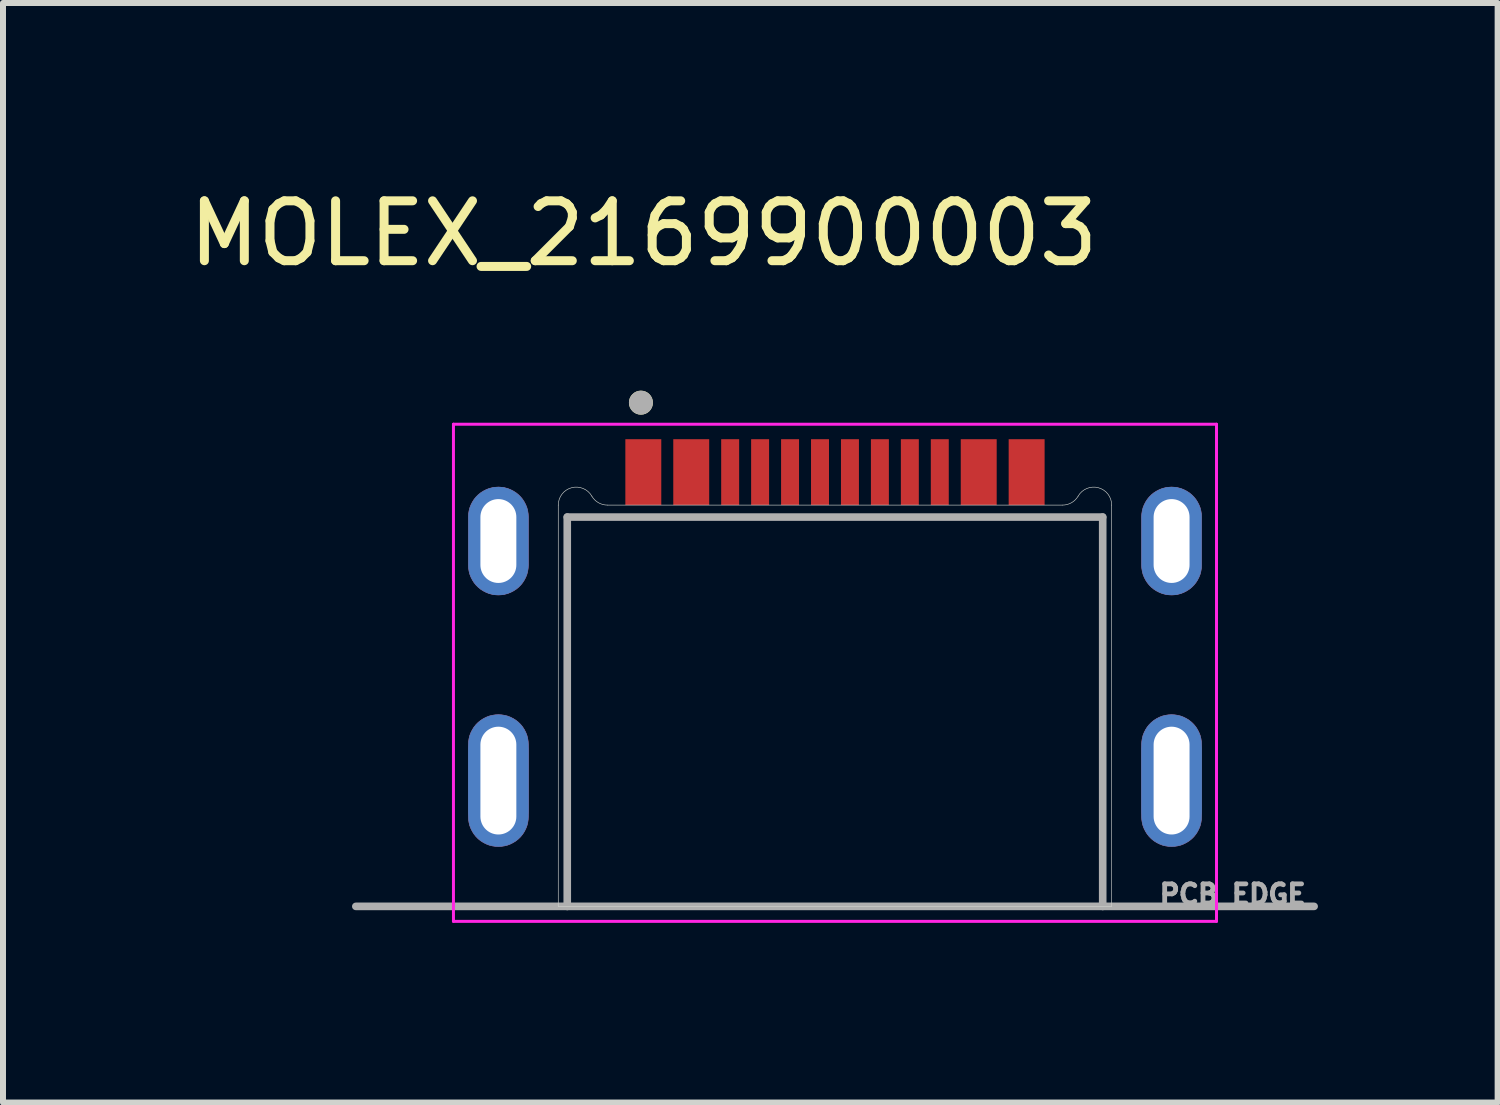
<source format=kicad_pcb>
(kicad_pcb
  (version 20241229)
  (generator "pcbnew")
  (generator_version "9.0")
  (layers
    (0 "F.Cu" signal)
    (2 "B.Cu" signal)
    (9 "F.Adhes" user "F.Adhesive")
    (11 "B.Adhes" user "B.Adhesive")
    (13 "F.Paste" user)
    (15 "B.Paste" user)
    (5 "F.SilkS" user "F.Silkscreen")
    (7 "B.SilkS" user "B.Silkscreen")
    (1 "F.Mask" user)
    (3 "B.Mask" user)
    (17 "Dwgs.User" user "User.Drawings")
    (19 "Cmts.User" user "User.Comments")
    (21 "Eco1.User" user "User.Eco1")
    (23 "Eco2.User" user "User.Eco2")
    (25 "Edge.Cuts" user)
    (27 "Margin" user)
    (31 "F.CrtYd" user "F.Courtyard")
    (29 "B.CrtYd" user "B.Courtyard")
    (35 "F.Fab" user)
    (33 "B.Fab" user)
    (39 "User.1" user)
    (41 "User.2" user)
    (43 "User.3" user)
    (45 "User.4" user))
  (footprint "MOLEX_2169900003"
    (layer "F.Cu")
    (at 10.891 9.983)
    (property "Reference" "MOLEX_2169900003" (at -3.195 -9.135 0) (layer "F.SilkS") (effects (font (size 1 1) (thickness 0.15))))
    (attr smd)
    (fp_poly (pts (xy -6.12 -0.6) (xy -6.12 0.6) (xy -6.117 0.652) (xy -6.109 0.704) (xy -6.096 0.755) (xy -6.077 0.803) (xy -6.053 0.85) (xy -6.025 0.894) (xy -5.992 0.935) (xy -5.955 0.972) (xy -5.914 1.005) (xy -5.87 1.033) (xy -5.823 1.057) (xy -5.775 1.076) (xy -5.724 1.089) (xy -5.672 1.097) (xy -5.62 1.1) (xy -5.568 1.097) (xy -5.516 1.089) (xy -5.465 1.076) (xy -5.417 1.057) (xy -5.37 1.033) (xy -5.326 1.005) (xy -5.285 0.972) (xy -5.248 0.935) (xy -5.215 0.894) (xy -5.187 0.85) (xy -5.163 0.803) (xy -5.144 0.755) (xy -5.131 0.704) (xy -5.123 0.652) (xy -5.12 0.6) (xy -5.12 -0.6) (xy -5.123 -0.652) (xy -5.131 -0.704) (xy -5.144 -0.755) (xy -5.163 -0.803) (xy -5.187 -0.85) (xy -5.215 -0.894) (xy -5.248 -0.935) (xy -5.285 -0.972) (xy -5.326 -1.005) (xy -5.37 -1.033) (xy -5.417 -1.057) (xy -5.465 -1.076) (xy -5.516 -1.089) (xy -5.568 -1.097) (xy -5.62 -1.1) (xy -5.672 -1.097) (xy -5.724 -1.089) (xy -5.775 -1.076) (xy -5.823 -1.057) (xy -5.87 -1.033) (xy -5.914 -1.005) (xy -5.955 -0.972) (xy -5.992 -0.935) (xy -6.025 -0.894) (xy -6.053 -0.85) (xy -6.077 -0.803) (xy -6.096 -0.755) (xy -6.109 -0.704) (xy -6.117 -0.652) (xy -6.12 -0.6)) (stroke (width 0.01) (type solid)) (fill yes) (layer "F.Cu"))
    (fp_poly (pts (xy -5.12 -3.6) (xy -5.123 -3.548) (xy -5.131 -3.496) (xy -5.144 -3.445) (xy -5.163 -3.397) (xy -5.187 -3.35) (xy -5.215 -3.306) (xy -5.248 -3.265) (xy -5.285 -3.228) (xy -5.326 -3.195) (xy -5.37 -3.167) (xy -5.417 -3.143) (xy -5.465 -3.124) (xy -5.516 -3.111) (xy -5.568 -3.103) (xy -5.62 -3.1) (xy -5.672 -3.103) (xy -5.724 -3.111) (xy -5.775 -3.124) (xy -5.823 -3.143) (xy -5.87 -3.167) (xy -5.914 -3.195) (xy -5.955 -3.228) (xy -5.992 -3.265) (xy -6.025 -3.306) (xy -6.053 -3.35) (xy -6.077 -3.397) (xy -6.096 -3.445) (xy -6.109 -3.496) (xy -6.117 -3.548) (xy -6.12 -3.6) (xy -6.12 -4.4) (xy -6.117 -4.452) (xy -6.109 -4.504) (xy -6.096 -4.555) (xy -6.077 -4.603) (xy -6.053 -4.65) (xy -6.025 -4.694) (xy -5.992 -4.735) (xy -5.955 -4.772) (xy -5.914 -4.805) (xy -5.87 -4.833) (xy -5.823 -4.857) (xy -5.775 -4.876) (xy -5.724 -4.889) (xy -5.672 -4.897) (xy -5.62 -4.9) (xy -5.568 -4.897) (xy -5.516 -4.889) (xy -5.465 -4.876) (xy -5.417 -4.857) (xy -5.37 -4.833) (xy -5.326 -4.805) (xy -5.285 -4.772) (xy -5.248 -4.735) (xy -5.215 -4.694) (xy -5.187 -4.65) (xy -5.163 -4.603) (xy -5.144 -4.555) (xy -5.131 -4.504) (xy -5.123 -4.452) (xy -5.12 -4.4) (xy -5.12 -3.6)) (stroke (width 0.01) (type solid)) (fill yes) (layer "F.Cu"))
    (fp_poly (pts (xy 5.12 -4.4) (xy 5.12 -3.6) (xy 5.123 -3.548) (xy 5.131 -3.496) (xy 5.144 -3.445) (xy 5.163 -3.397) (xy 5.187 -3.35) (xy 5.215 -3.306) (xy 5.248 -3.265) (xy 5.285 -3.228) (xy 5.326 -3.195) (xy 5.37 -3.167) (xy 5.417 -3.143) (xy 5.465 -3.124) (xy 5.516 -3.111) (xy 5.568 -3.103) (xy 5.62 -3.1) (xy 5.672 -3.103) (xy 5.724 -3.111) (xy 5.775 -3.124) (xy 5.823 -3.143) (xy 5.87 -3.167) (xy 5.914 -3.195) (xy 5.955 -3.228) (xy 5.992 -3.265) (xy 6.025 -3.306) (xy 6.053 -3.35) (xy 6.077 -3.397) (xy 6.096 -3.445) (xy 6.109 -3.496) (xy 6.117 -3.548) (xy 6.12 -3.6) (xy 6.12 -4.4) (xy 6.117 -4.452) (xy 6.109 -4.504) (xy 6.096 -4.555) (xy 6.077 -4.603) (xy 6.053 -4.65) (xy 6.025 -4.694) (xy 5.992 -4.735) (xy 5.955 -4.772) (xy 5.914 -4.805) (xy 5.87 -4.833) (xy 5.823 -4.857) (xy 5.775 -4.876) (xy 5.724 -4.889) (xy 5.672 -4.897) (xy 5.62 -4.9) (xy 5.568 -4.897) (xy 5.516 -4.889) (xy 5.465 -4.876) (xy 5.417 -4.857) (xy 5.37 -4.833) (xy 5.326 -4.805) (xy 5.285 -4.772) (xy 5.248 -4.735) (xy 5.215 -4.694) (xy 5.187 -4.65) (xy 5.163 -4.603) (xy 5.144 -4.555) (xy 5.131 -4.504) (xy 5.123 -4.452) (xy 5.12 -4.4)) (stroke (width 0.01) (type solid)) (fill yes) (layer "F.Cu"))
    (fp_poly (pts (xy 5.12 -0.6) (xy 5.12 0.6) (xy 5.123 0.652) (xy 5.131 0.704) (xy 5.144 0.755) (xy 5.163 0.803) (xy 5.187 0.85) (xy 5.215 0.894) (xy 5.248 0.935) (xy 5.285 0.972) (xy 5.326 1.005) (xy 5.37 1.033) (xy 5.417 1.057) (xy 5.465 1.076) (xy 5.516 1.089) (xy 5.568 1.097) (xy 5.62 1.1) (xy 5.672 1.097) (xy 5.724 1.089) (xy 5.775 1.076) (xy 5.823 1.057) (xy 5.87 1.033) (xy 5.914 1.005) (xy 5.955 0.972) (xy 5.992 0.935) (xy 6.025 0.894) (xy 6.053 0.85) (xy 6.077 0.803) (xy 6.096 0.755) (xy 6.109 0.704) (xy 6.117 0.652) (xy 6.12 0.6) (xy 6.12 -0.6) (xy 6.117 -0.652) (xy 6.109 -0.704) (xy 6.096 -0.755) (xy 6.077 -0.803) (xy 6.053 -0.85) (xy 6.025 -0.894) (xy 5.992 -0.935) (xy 5.955 -0.972) (xy 5.914 -1.005) (xy 5.87 -1.033) (xy 5.823 -1.057) (xy 5.775 -1.076) (xy 5.724 -1.089) (xy 5.672 -1.097) (xy 5.62 -1.1) (xy 5.568 -1.097) (xy 5.516 -1.089) (xy 5.465 -1.076) (xy 5.417 -1.057) (xy 5.37 -1.033) (xy 5.326 -1.005) (xy 5.285 -0.972) (xy 5.248 -0.935) (xy 5.215 -0.894) (xy 5.187 -0.85) (xy 5.163 -0.803) (xy 5.144 -0.755) (xy 5.131 -0.704) (xy 5.123 -0.652) (xy 5.12 -0.6)) (stroke (width 0.01) (type solid)) (fill yes) (layer "F.Cu"))
    (fp_poly (pts (xy -6.22 -4.4) (xy -6.22 -3.6) (xy -6.217 -3.537) (xy -6.207 -3.475) (xy -6.191 -3.415) (xy -6.168 -3.356) (xy -6.14 -3.3) (xy -6.105 -3.247) (xy -6.066 -3.199) (xy -6.021 -3.154) (xy -5.973 -3.115) (xy -5.92 -3.08) (xy -5.864 -3.052) (xy -5.805 -3.029) (xy -5.745 -3.013) (xy -5.683 -3.003) (xy -5.62 -3) (xy -5.557 -3.003) (xy -5.495 -3.013) (xy -5.435 -3.029) (xy -5.376 -3.052) (xy -5.32 -3.08) (xy -5.267 -3.115) (xy -5.219 -3.154) (xy -5.174 -3.199) (xy -5.135 -3.247) (xy -5.1 -3.3) (xy -5.072 -3.356) (xy -5.049 -3.415) (xy -5.033 -3.475) (xy -5.023 -3.537) (xy -5.02 -3.6) (xy -5.02 -4.4) (xy -5.023 -4.463) (xy -5.033 -4.525) (xy -5.049 -4.585) (xy -5.072 -4.644) (xy -5.1 -4.7) (xy -5.135 -4.753) (xy -5.174 -4.801) (xy -5.219 -4.846) (xy -5.267 -4.885) (xy -5.32 -4.92) (xy -5.376 -4.948) (xy -5.435 -4.971) (xy -5.495 -4.987) (xy -5.557 -4.997) (xy -5.62 -5) (xy -5.683 -4.997) (xy -5.745 -4.987) (xy -5.805 -4.971) (xy -5.864 -4.948) (xy -5.92 -4.92) (xy -5.973 -4.885) (xy -6.021 -4.846) (xy -6.066 -4.801) (xy -6.105 -4.753) (xy -6.14 -4.7) (xy -6.168 -4.644) (xy -6.191 -4.585) (xy -6.207 -4.525) (xy -6.217 -4.463) (xy -6.22 -4.4)) (stroke (width 0.01) (type solid)) (fill yes) (layer "F.Mask"))
    (fp_poly (pts (xy -5.02 0.6) (xy -5.023 0.663) (xy -5.033 0.725) (xy -5.049 0.785) (xy -5.072 0.844) (xy -5.1 0.9) (xy -5.135 0.953) (xy -5.174 1.001) (xy -5.219 1.046) (xy -5.267 1.085) (xy -5.32 1.12) (xy -5.376 1.148) (xy -5.435 1.171) (xy -5.495 1.187) (xy -5.557 1.197) (xy -5.62 1.2) (xy -5.683 1.197) (xy -5.745 1.187) (xy -5.805 1.171) (xy -5.864 1.148) (xy -5.92 1.12) (xy -5.973 1.085) (xy -6.021 1.046) (xy -6.066 1.001) (xy -6.105 0.953) (xy -6.14 0.9) (xy -6.168 0.844) (xy -6.191 0.785) (xy -6.207 0.725) (xy -6.217 0.663) (xy -6.22 0.6) (xy -6.22 -0.6) (xy -6.217 -0.663) (xy -6.207 -0.725) (xy -6.191 -0.785) (xy -6.168 -0.844) (xy -6.14 -0.9) (xy -6.105 -0.953) (xy -6.066 -1.001) (xy -6.021 -1.046) (xy -5.973 -1.085) (xy -5.92 -1.12) (xy -5.864 -1.148) (xy -5.805 -1.171) (xy -5.745 -1.187) (xy -5.683 -1.197) (xy -5.62 -1.2) (xy -5.557 -1.197) (xy -5.495 -1.187) (xy -5.435 -1.171) (xy -5.376 -1.148) (xy -5.32 -1.12) (xy -5.267 -1.085) (xy -5.219 -1.046) (xy -5.174 -1.001) (xy -5.135 -0.953) (xy -5.1 -0.9) (xy -5.072 -0.844) (xy -5.049 -0.785) (xy -5.033 -0.725) (xy -5.023 -0.663) (xy -5.02 -0.6) (xy -5.02 0.6)) (stroke (width 0.01) (type solid)) (fill yes) (layer "F.Mask"))
    (fp_poly (pts (xy 5.02 -0.6) (xy 5.02 0.6) (xy 5.023 0.663) (xy 5.033 0.725) (xy 5.049 0.785) (xy 5.072 0.844) (xy 5.1 0.9) (xy 5.135 0.953) (xy 5.174 1.001) (xy 5.219 1.046) (xy 5.267 1.085) (xy 5.32 1.12) (xy 5.376 1.148) (xy 5.435 1.171) (xy 5.495 1.187) (xy 5.557 1.197) (xy 5.62 1.2) (xy 5.683 1.197) (xy 5.745 1.187) (xy 5.805 1.171) (xy 5.864 1.148) (xy 5.92 1.12) (xy 5.973 1.085) (xy 6.021 1.046) (xy 6.066 1.001) (xy 6.105 0.953) (xy 6.14 0.9) (xy 6.168 0.844) (xy 6.191 0.785) (xy 6.207 0.725) (xy 6.217 0.663) (xy 6.22 0.6) (xy 6.22 -0.6) (xy 6.217 -0.663) (xy 6.207 -0.725) (xy 6.191 -0.785) (xy 6.168 -0.844) (xy 6.14 -0.9) (xy 6.105 -0.953) (xy 6.066 -1.001) (xy 6.021 -1.046) (xy 5.973 -1.085) (xy 5.92 -1.12) (xy 5.864 -1.148) (xy 5.805 -1.171) (xy 5.745 -1.187) (xy 5.683 -1.197) (xy 5.62 -1.2) (xy 5.557 -1.197) (xy 5.495 -1.187) (xy 5.435 -1.171) (xy 5.376 -1.148) (xy 5.32 -1.12) (xy 5.267 -1.085) (xy 5.219 -1.046) (xy 5.174 -1.001) (xy 5.135 -0.953) (xy 5.1 -0.9) (xy 5.072 -0.844) (xy 5.049 -0.785) (xy 5.033 -0.725) (xy 5.023 -0.663) (xy 5.02 -0.6)) (stroke (width 0.01) (type solid)) (fill yes) (layer "F.Mask"))
    (fp_poly (pts (xy 6.22 -3.6) (xy 6.217 -3.537) (xy 6.207 -3.475) (xy 6.191 -3.415) (xy 6.168 -3.356) (xy 6.14 -3.3) (xy 6.105 -3.247) (xy 6.066 -3.199) (xy 6.021 -3.154) (xy 5.973 -3.115) (xy 5.92 -3.08) (xy 5.864 -3.052) (xy 5.805 -3.029) (xy 5.745 -3.013) (xy 5.683 -3.003) (xy 5.62 -3) (xy 5.557 -3.003) (xy 5.495 -3.013) (xy 5.435 -3.029) (xy 5.376 -3.052) (xy 5.32 -3.08) (xy 5.267 -3.115) (xy 5.219 -3.154) (xy 5.174 -3.199) (xy 5.135 -3.247) (xy 5.1 -3.3) (xy 5.072 -3.356) (xy 5.049 -3.415) (xy 5.033 -3.475) (xy 5.023 -3.537) (xy 5.02 -3.6) (xy 5.02 -4.4) (xy 5.023 -4.463) (xy 5.033 -4.525) (xy 5.049 -4.585) (xy 5.072 -4.644) (xy 5.1 -4.7) (xy 5.135 -4.753) (xy 5.174 -4.801) (xy 5.219 -4.846) (xy 5.267 -4.885) (xy 5.32 -4.92) (xy 5.376 -4.948) (xy 5.435 -4.971) (xy 5.495 -4.987) (xy 5.557 -4.997) (xy 5.62 -5) (xy 5.683 -4.997) (xy 5.745 -4.987) (xy 5.805 -4.971) (xy 5.864 -4.948) (xy 5.92 -4.92) (xy 5.973 -4.885) (xy 6.021 -4.846) (xy 6.066 -4.801) (xy 6.105 -4.753) (xy 6.14 -4.7) (xy 6.168 -4.644) (xy 6.191 -4.585) (xy 6.207 -4.525) (xy 6.217 -4.463) (xy 6.22 -4.4) (xy 6.22 -3.6)) (stroke (width 0.01) (type solid)) (fill yes) (layer "F.Mask"))
    (fp_poly (pts (xy -6.12 -0.6) (xy -6.12 0.6) (xy -6.117 0.652) (xy -6.109 0.704) (xy -6.096 0.755) (xy -6.077 0.803) (xy -6.053 0.85) (xy -6.025 0.894) (xy -5.992 0.935) (xy -5.955 0.972) (xy -5.914 1.005) (xy -5.87 1.033) (xy -5.823 1.057) (xy -5.775 1.076) (xy -5.724 1.089) (xy -5.672 1.097) (xy -5.62 1.1) (xy -5.568 1.097) (xy -5.516 1.089) (xy -5.465 1.076) (xy -5.417 1.057) (xy -5.37 1.033) (xy -5.326 1.005) (xy -5.285 0.972) (xy -5.248 0.935) (xy -5.215 0.894) (xy -5.187 0.85) (xy -5.163 0.803) (xy -5.144 0.755) (xy -5.131 0.704) (xy -5.123 0.652) (xy -5.12 0.6) (xy -5.12 -0.6) (xy -5.123 -0.652) (xy -5.131 -0.704) (xy -5.144 -0.755) (xy -5.163 -0.803) (xy -5.187 -0.85) (xy -5.215 -0.894) (xy -5.248 -0.935) (xy -5.285 -0.972) (xy -5.326 -1.005) (xy -5.37 -1.033) (xy -5.417 -1.057) (xy -5.465 -1.076) (xy -5.516 -1.089) (xy -5.568 -1.097) (xy -5.62 -1.1) (xy -5.672 -1.097) (xy -5.724 -1.089) (xy -5.775 -1.076) (xy -5.823 -1.057) (xy -5.87 -1.033) (xy -5.914 -1.005) (xy -5.955 -0.972) (xy -5.992 -0.935) (xy -6.025 -0.894) (xy -6.053 -0.85) (xy -6.077 -0.803) (xy -6.096 -0.755) (xy -6.109 -0.704) (xy -6.117 -0.652) (xy -6.12 -0.6)) (stroke (width 0.01) (type solid)) (fill yes) (layer "B.Cu"))
    (fp_poly (pts (xy -5.12 -3.6) (xy -5.123 -3.548) (xy -5.131 -3.496) (xy -5.144 -3.445) (xy -5.163 -3.397) (xy -5.187 -3.35) (xy -5.215 -3.306) (xy -5.248 -3.265) (xy -5.285 -3.228) (xy -5.326 -3.195) (xy -5.37 -3.167) (xy -5.417 -3.143) (xy -5.465 -3.124) (xy -5.516 -3.111) (xy -5.568 -3.103) (xy -5.62 -3.1) (xy -5.672 -3.103) (xy -5.724 -3.111) (xy -5.775 -3.124) (xy -5.823 -3.143) (xy -5.87 -3.167) (xy -5.914 -3.195) (xy -5.955 -3.228) (xy -5.992 -3.265) (xy -6.025 -3.306) (xy -6.053 -3.35) (xy -6.077 -3.397) (xy -6.096 -3.445) (xy -6.109 -3.496) (xy -6.117 -3.548) (xy -6.12 -3.6) (xy -6.12 -4.4) (xy -6.117 -4.452) (xy -6.109 -4.504) (xy -6.096 -4.555) (xy -6.077 -4.603) (xy -6.053 -4.65) (xy -6.025 -4.694) (xy -5.992 -4.735) (xy -5.955 -4.772) (xy -5.914 -4.805) (xy -5.87 -4.833) (xy -5.823 -4.857) (xy -5.775 -4.876) (xy -5.724 -4.889) (xy -5.672 -4.897) (xy -5.62 -4.9) (xy -5.568 -4.897) (xy -5.516 -4.889) (xy -5.465 -4.876) (xy -5.417 -4.857) (xy -5.37 -4.833) (xy -5.326 -4.805) (xy -5.285 -4.772) (xy -5.248 -4.735) (xy -5.215 -4.694) (xy -5.187 -4.65) (xy -5.163 -4.603) (xy -5.144 -4.555) (xy -5.131 -4.504) (xy -5.123 -4.452) (xy -5.12 -4.4) (xy -5.12 -3.6)) (stroke (width 0.01) (type solid)) (fill yes) (layer "B.Cu"))
    (fp_poly (pts (xy 5.12 -4.4) (xy 5.12 -3.6) (xy 5.123 -3.548) (xy 5.131 -3.496) (xy 5.144 -3.445) (xy 5.163 -3.397) (xy 5.187 -3.35) (xy 5.215 -3.306) (xy 5.248 -3.265) (xy 5.285 -3.228) (xy 5.326 -3.195) (xy 5.37 -3.167) (xy 5.417 -3.143) (xy 5.465 -3.124) (xy 5.516 -3.111) (xy 5.568 -3.103) (xy 5.62 -3.1) (xy 5.672 -3.103) (xy 5.724 -3.111) (xy 5.775 -3.124) (xy 5.823 -3.143) (xy 5.87 -3.167) (xy 5.914 -3.195) (xy 5.955 -3.228) (xy 5.992 -3.265) (xy 6.025 -3.306) (xy 6.053 -3.35) (xy 6.077 -3.397) (xy 6.096 -3.445) (xy 6.109 -3.496) (xy 6.117 -3.548) (xy 6.12 -3.6) (xy 6.12 -4.4) (xy 6.117 -4.452) (xy 6.109 -4.504) (xy 6.096 -4.555) (xy 6.077 -4.603) (xy 6.053 -4.65) (xy 6.025 -4.694) (xy 5.992 -4.735) (xy 5.955 -4.772) (xy 5.914 -4.805) (xy 5.87 -4.833) (xy 5.823 -4.857) (xy 5.775 -4.876) (xy 5.724 -4.889) (xy 5.672 -4.897) (xy 5.62 -4.9) (xy 5.568 -4.897) (xy 5.516 -4.889) (xy 5.465 -4.876) (xy 5.417 -4.857) (xy 5.37 -4.833) (xy 5.326 -4.805) (xy 5.285 -4.772) (xy 5.248 -4.735) (xy 5.215 -4.694) (xy 5.187 -4.65) (xy 5.163 -4.603) (xy 5.144 -4.555) (xy 5.131 -4.504) (xy 5.123 -4.452) (xy 5.12 -4.4)) (stroke (width 0.01) (type solid)) (fill yes) (layer "B.Cu"))
    (fp_poly (pts (xy 5.12 -0.6) (xy 5.12 0.6) (xy 5.123 0.652) (xy 5.131 0.704) (xy 5.144 0.755) (xy 5.163 0.803) (xy 5.187 0.85) (xy 5.215 0.894) (xy 5.248 0.935) (xy 5.285 0.972) (xy 5.326 1.005) (xy 5.37 1.033) (xy 5.417 1.057) (xy 5.465 1.076) (xy 5.516 1.089) (xy 5.568 1.097) (xy 5.62 1.1) (xy 5.672 1.097) (xy 5.724 1.089) (xy 5.775 1.076) (xy 5.823 1.057) (xy 5.87 1.033) (xy 5.914 1.005) (xy 5.955 0.972) (xy 5.992 0.935) (xy 6.025 0.894) (xy 6.053 0.85) (xy 6.077 0.803) (xy 6.096 0.755) (xy 6.109 0.704) (xy 6.117 0.652) (xy 6.12 0.6) (xy 6.12 -0.6) (xy 6.117 -0.652) (xy 6.109 -0.704) (xy 6.096 -0.755) (xy 6.077 -0.803) (xy 6.053 -0.85) (xy 6.025 -0.894) (xy 5.992 -0.935) (xy 5.955 -0.972) (xy 5.914 -1.005) (xy 5.87 -1.033) (xy 5.823 -1.057) (xy 5.775 -1.076) (xy 5.724 -1.089) (xy 5.672 -1.097) (xy 5.62 -1.1) (xy 5.568 -1.097) (xy 5.516 -1.089) (xy 5.465 -1.076) (xy 5.417 -1.057) (xy 5.37 -1.033) (xy 5.326 -1.005) (xy 5.285 -0.972) (xy 5.248 -0.935) (xy 5.215 -0.894) (xy 5.187 -0.85) (xy 5.163 -0.803) (xy 5.144 -0.755) (xy 5.131 -0.704) (xy 5.123 -0.652) (xy 5.12 -0.6)) (stroke (width 0.01) (type solid)) (fill yes) (layer "B.Cu"))
    (fp_poly (pts (xy -6.22 -4.4) (xy -6.22 -3.6) (xy -6.217 -3.537) (xy -6.207 -3.475) (xy -6.191 -3.415) (xy -6.168 -3.356) (xy -6.14 -3.3) (xy -6.105 -3.247) (xy -6.066 -3.199) (xy -6.021 -3.154) (xy -5.973 -3.115) (xy -5.92 -3.08) (xy -5.864 -3.052) (xy -5.805 -3.029) (xy -5.745 -3.013) (xy -5.683 -3.003) (xy -5.62 -3) (xy -5.557 -3.003) (xy -5.495 -3.013) (xy -5.435 -3.029) (xy -5.376 -3.052) (xy -5.32 -3.08) (xy -5.267 -3.115) (xy -5.219 -3.154) (xy -5.174 -3.199) (xy -5.135 -3.247) (xy -5.1 -3.3) (xy -5.072 -3.356) (xy -5.049 -3.415) (xy -5.033 -3.475) (xy -5.023 -3.537) (xy -5.02 -3.6) (xy -5.02 -4.4) (xy -5.023 -4.463) (xy -5.033 -4.525) (xy -5.049 -4.585) (xy -5.072 -4.644) (xy -5.1 -4.7) (xy -5.135 -4.753) (xy -5.174 -4.801) (xy -5.219 -4.846) (xy -5.267 -4.885) (xy -5.32 -4.92) (xy -5.376 -4.948) (xy -5.435 -4.971) (xy -5.495 -4.987) (xy -5.557 -4.997) (xy -5.62 -5) (xy -5.683 -4.997) (xy -5.745 -4.987) (xy -5.805 -4.971) (xy -5.864 -4.948) (xy -5.92 -4.92) (xy -5.973 -4.885) (xy -6.021 -4.846) (xy -6.066 -4.801) (xy -6.105 -4.753) (xy -6.14 -4.7) (xy -6.168 -4.644) (xy -6.191 -4.585) (xy -6.207 -4.525) (xy -6.217 -4.463) (xy -6.22 -4.4)) (stroke (width 0.01) (type solid)) (fill yes) (layer "B.Mask"))
    (fp_poly (pts (xy -5.02 0.6) (xy -5.023 0.663) (xy -5.033 0.725) (xy -5.049 0.785) (xy -5.072 0.844) (xy -5.1 0.9) (xy -5.135 0.953) (xy -5.174 1.001) (xy -5.219 1.046) (xy -5.267 1.085) (xy -5.32 1.12) (xy -5.376 1.148) (xy -5.435 1.171) (xy -5.495 1.187) (xy -5.557 1.197) (xy -5.62 1.2) (xy -5.683 1.197) (xy -5.745 1.187) (xy -5.805 1.171) (xy -5.864 1.148) (xy -5.92 1.12) (xy -5.973 1.085) (xy -6.021 1.046) (xy -6.066 1.001) (xy -6.105 0.953) (xy -6.14 0.9) (xy -6.168 0.844) (xy -6.191 0.785) (xy -6.207 0.725) (xy -6.217 0.663) (xy -6.22 0.6) (xy -6.22 -0.6) (xy -6.217 -0.663) (xy -6.207 -0.725) (xy -6.191 -0.785) (xy -6.168 -0.844) (xy -6.14 -0.9) (xy -6.105 -0.953) (xy -6.066 -1.001) (xy -6.021 -1.046) (xy -5.973 -1.085) (xy -5.92 -1.12) (xy -5.864 -1.148) (xy -5.805 -1.171) (xy -5.745 -1.187) (xy -5.683 -1.197) (xy -5.62 -1.2) (xy -5.557 -1.197) (xy -5.495 -1.187) (xy -5.435 -1.171) (xy -5.376 -1.148) (xy -5.32 -1.12) (xy -5.267 -1.085) (xy -5.219 -1.046) (xy -5.174 -1.001) (xy -5.135 -0.953) (xy -5.1 -0.9) (xy -5.072 -0.844) (xy -5.049 -0.785) (xy -5.033 -0.725) (xy -5.023 -0.663) (xy -5.02 -0.6) (xy -5.02 0.6)) (stroke (width 0.01) (type solid)) (fill yes) (layer "B.Mask"))
    (fp_poly (pts (xy 5.02 -0.6) (xy 5.02 0.6) (xy 5.023 0.663) (xy 5.033 0.725) (xy 5.049 0.785) (xy 5.072 0.844) (xy 5.1 0.9) (xy 5.135 0.953) (xy 5.174 1.001) (xy 5.219 1.046) (xy 5.267 1.085) (xy 5.32 1.12) (xy 5.376 1.148) (xy 5.435 1.171) (xy 5.495 1.187) (xy 5.557 1.197) (xy 5.62 1.2) (xy 5.683 1.197) (xy 5.745 1.187) (xy 5.805 1.171) (xy 5.864 1.148) (xy 5.92 1.12) (xy 5.973 1.085) (xy 6.021 1.046) (xy 6.066 1.001) (xy 6.105 0.953) (xy 6.14 0.9) (xy 6.168 0.844) (xy 6.191 0.785) (xy 6.207 0.725) (xy 6.217 0.663) (xy 6.22 0.6) (xy 6.22 -0.6) (xy 6.217 -0.663) (xy 6.207 -0.725) (xy 6.191 -0.785) (xy 6.168 -0.844) (xy 6.14 -0.9) (xy 6.105 -0.953) (xy 6.066 -1.001) (xy 6.021 -1.046) (xy 5.973 -1.085) (xy 5.92 -1.12) (xy 5.864 -1.148) (xy 5.805 -1.171) (xy 5.745 -1.187) (xy 5.683 -1.197) (xy 5.62 -1.2) (xy 5.557 -1.197) (xy 5.495 -1.187) (xy 5.435 -1.171) (xy 5.376 -1.148) (xy 5.32 -1.12) (xy 5.267 -1.085) (xy 5.219 -1.046) (xy 5.174 -1.001) (xy 5.135 -0.953) (xy 5.1 -0.9) (xy 5.072 -0.844) (xy 5.049 -0.785) (xy 5.033 -0.725) (xy 5.023 -0.663) (xy 5.02 -0.6)) (stroke (width 0.01) (type solid)) (fill yes) (layer "B.Mask"))
    (fp_poly (pts (xy 6.22 -3.6) (xy 6.217 -3.537) (xy 6.207 -3.475) (xy 6.191 -3.415) (xy 6.168 -3.356) (xy 6.14 -3.3) (xy 6.105 -3.247) (xy 6.066 -3.199) (xy 6.021 -3.154) (xy 5.973 -3.115) (xy 5.92 -3.08) (xy 5.864 -3.052) (xy 5.805 -3.029) (xy 5.745 -3.013) (xy 5.683 -3.003) (xy 5.62 -3) (xy 5.557 -3.003) (xy 5.495 -3.013) (xy 5.435 -3.029) (xy 5.376 -3.052) (xy 5.32 -3.08) (xy 5.267 -3.115) (xy 5.219 -3.154) (xy 5.174 -3.199) (xy 5.135 -3.247) (xy 5.1 -3.3) (xy 5.072 -3.356) (xy 5.049 -3.415) (xy 5.033 -3.475) (xy 5.023 -3.537) (xy 5.02 -3.6) (xy 5.02 -4.4) (xy 5.023 -4.463) (xy 5.033 -4.525) (xy 5.049 -4.585) (xy 5.072 -4.644) (xy 5.1 -4.7) (xy 5.135 -4.753) (xy 5.174 -4.801) (xy 5.219 -4.846) (xy 5.267 -4.885) (xy 5.32 -4.92) (xy 5.376 -4.948) (xy 5.435 -4.971) (xy 5.495 -4.987) (xy 5.557 -4.997) (xy 5.62 -5) (xy 5.683 -4.997) (xy 5.745 -4.987) (xy 5.805 -4.971) (xy 5.864 -4.948) (xy 5.92 -4.92) (xy 5.973 -4.885) (xy 6.021 -4.846) (xy 6.066 -4.801) (xy 6.105 -4.753) (xy 6.14 -4.7) (xy 6.168 -4.644) (xy 6.191 -4.585) (xy 6.207 -4.525) (xy 6.217 -4.463) (xy 6.22 -4.4) (xy 6.22 -3.6)) (stroke (width 0.01) (type solid)) (fill yes) (layer "B.Mask"))
    (fp_circle (center -3.24 -6.31) (end -3.14 -6.31) (stroke (width 0.2) (type solid)) (fill no) (layer "F.SilkS"))
    (fp_line (start -4.62 2.1) (end -4.62 -4.6) (stroke (width 0.01) (type solid)) (layer "Edge.Cuts"))
    (fp_line (start -4.62 2.1) (end 4.62 2.1) (stroke (width 0.01) (type solid)) (layer "Edge.Cuts"))
    (fp_line (start -3.8 -4.6) (end 3.8 -4.6) (stroke (width 0.01) (type solid)) (layer "Edge.Cuts"))
    (fp_line (start 4.62 2.1) (end 4.62 -4.6) (stroke (width 0.01) (type solid)) (layer "Edge.Cuts"))
    (fp_arc (start -4.62 -4.6) (mid -4.397645 -4.889779) (end -4.060191 -4.750001) (stroke (width 0.01) (type solid)) (layer "Edge.Cuts"))
    (fp_arc (start -3.80038 -4.6) (mid -3.950382 -4.640191) (end -4.060191 -4.75) (stroke (width 0.01) (type solid)) (layer "Edge.Cuts"))
    (fp_arc (start 4.06019 -4.75) (mid 3.950381 -4.640192) (end 3.80038 -4.6) (stroke (width 0.01) (type solid)) (layer "Edge.Cuts"))
    (fp_arc (start 4.06019 -4.75) (mid 4.397644 -4.889779) (end 4.62 -4.600001) (stroke (width 0.01) (type solid)) (layer "Edge.Cuts"))
    (fp_line (start -6.37 -5.95) (end -6.37 2.35) (stroke (width 0.05) (type solid)) (layer "F.CrtYd"))
    (fp_line (start -6.37 2.35) (end 6.37 2.35) (stroke (width 0.05) (type solid)) (layer "F.CrtYd"))
    (fp_line (start 6.37 -5.95) (end -6.37 -5.95) (stroke (width 0.05) (type solid)) (layer "F.CrtYd"))
    (fp_line (start 6.37 2.35) (end 6.37 -5.95) (stroke (width 0.05) (type solid)) (layer "F.CrtYd"))
    (fp_line (start -4.47 -4.4) (end 4.47 -4.4) (stroke (width 0.127) (type solid)) (layer "F.Fab"))
    (fp_line (start -4.47 2.1) (end -8 2.1) (stroke (width 0.127) (type solid)) (layer "F.Fab"))
    (fp_line (start -4.47 2.1) (end -4.47 -4.4) (stroke (width 0.127) (type solid)) (layer "F.Fab"))
    (fp_line (start -4.47 2.1) (end 4.47 2.1) (stroke (width 0.127) (type solid)) (layer "F.Fab"))
    (fp_line (start 4.47 -4.4) (end 4.47 2.1) (stroke (width 0.127) (type solid)) (layer "F.Fab"))
    (fp_line (start 4.47 2.1) (end 8 2.1) (stroke (width 0.127) (type solid)) (layer "F.Fab"))
    (fp_circle (center -3.24 -6.31) (end -3.14 -6.31) (stroke (width 0.2) (type solid)) (fill no) (layer "F.Fab"))
    (fp_text user "PCB EDGE" (at 6.64 1.9 0) (layer "F.Fab") (effects (font (size 0.32 0.32) (thickness 0.15))))
    (pad "1" smd rect (at -2.4 -5.15) (size 0.6 1.1) (layers "F.Cu" "F.Mask" "F.Paste"))
    (pad "1" smd rect (at 2.4 -5.15) (size 0.6 1.1) (layers "F.Cu" "F.Mask" "F.Paste"))
    (pad "2" smd rect (at 1.25 -5.15) (size 0.3 1.1) (layers "F.Cu" "F.Mask" "F.Paste"))
    (pad "3" smd rect (at -1.75 -5.15) (size 0.3 1.1) (layers "F.Cu" "F.Mask" "F.Paste"))
    (pad "4" smd rect (at -0.25 -5.15) (size 0.3 1.1) (layers "F.Cu" "F.Mask" "F.Paste"))
    (pad "5" smd rect (at 0.75 -5.15) (size 0.3 1.1) (layers "F.Cu" "F.Mask" "F.Paste"))
    (pad "6" smd rect (at 0.25 -5.15) (size 0.3 1.1) (layers "F.Cu" "F.Mask" "F.Paste"))
    (pad "7" smd rect (at -0.75 -5.15) (size 0.3 1.1) (layers "F.Cu" "F.Mask" "F.Paste"))
    (pad "8" smd rect (at -1.25 -5.15) (size 0.3 1.1) (layers "F.Cu" "F.Mask" "F.Paste"))
    (pad "9" smd rect (at 1.75 -5.15) (size 0.3 1.1) (layers "F.Cu" "F.Mask" "F.Paste"))
    (pad "10" smd rect (at -3.2 -5.15) (size 0.6 1.1) (layers "F.Cu" "F.Mask" "F.Paste"))
    (pad "10" smd rect (at 3.2 -5.15) (size 0.6 1.1) (layers "F.Cu" "F.Mask" "F.Paste"))
    (pad "S1" thru_hole oval (at -5.62 0) (size 1 2) (drill oval 0.6 1.8) (layers "*.Cu"))
    (pad "S2" thru_hole oval (at 5.62 0) (size 1 2) (drill oval 0.6 1.8) (layers "*.Cu"))
    (pad "S3" thru_hole oval (at -5.62 -4) (size 0.9 1.8) (drill oval 0.6 1.4) (layers "*.Cu"))
    (pad "S4" thru_hole oval (at 5.62 -4) (size 0.9 1.8) (drill oval 0.6 1.4) (layers "*.Cu")))
  (gr_rect
    (start -3 -3)
    (end 21.955 15.358)
    (stroke (width 0.1) (type default))
    (fill no)
    (layer "Edge.Cuts")))
</source>
